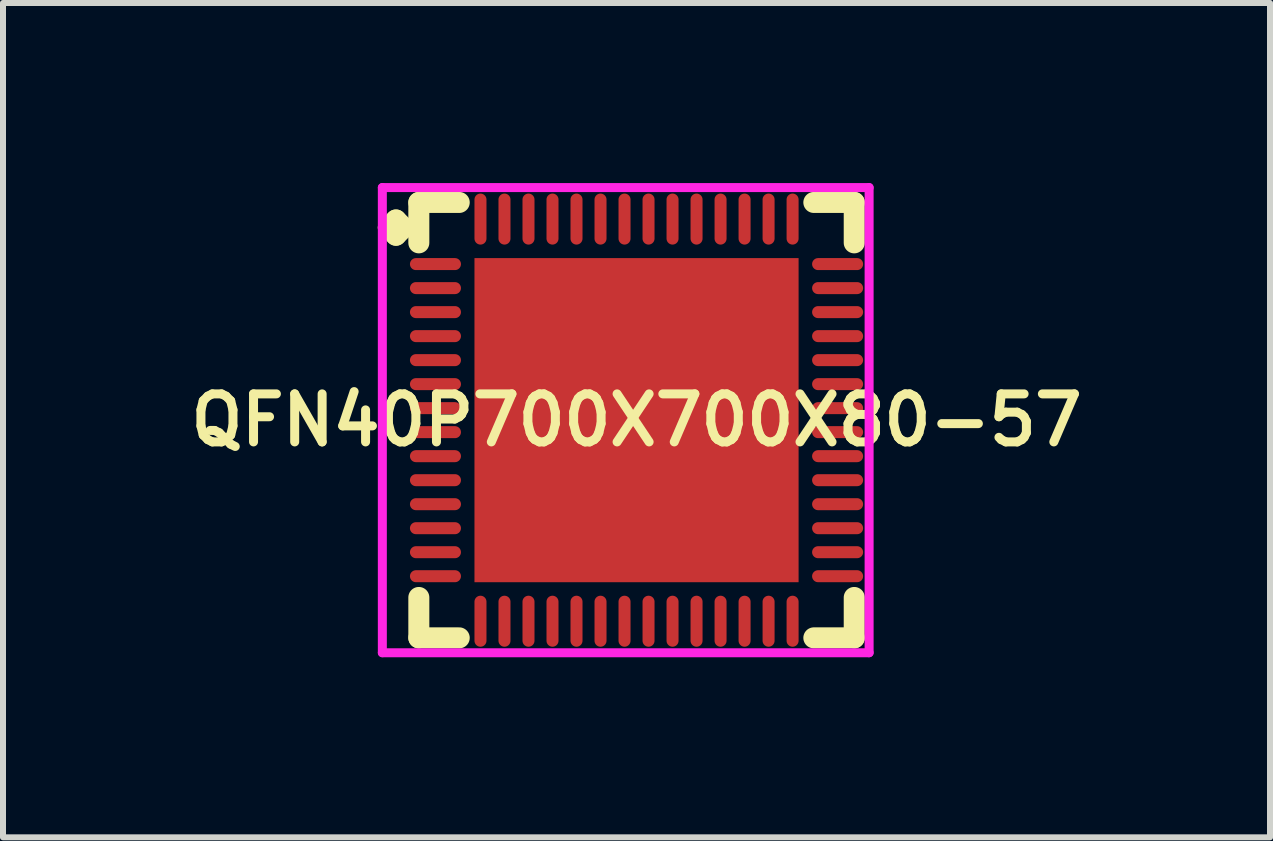
<source format=kicad_pcb>
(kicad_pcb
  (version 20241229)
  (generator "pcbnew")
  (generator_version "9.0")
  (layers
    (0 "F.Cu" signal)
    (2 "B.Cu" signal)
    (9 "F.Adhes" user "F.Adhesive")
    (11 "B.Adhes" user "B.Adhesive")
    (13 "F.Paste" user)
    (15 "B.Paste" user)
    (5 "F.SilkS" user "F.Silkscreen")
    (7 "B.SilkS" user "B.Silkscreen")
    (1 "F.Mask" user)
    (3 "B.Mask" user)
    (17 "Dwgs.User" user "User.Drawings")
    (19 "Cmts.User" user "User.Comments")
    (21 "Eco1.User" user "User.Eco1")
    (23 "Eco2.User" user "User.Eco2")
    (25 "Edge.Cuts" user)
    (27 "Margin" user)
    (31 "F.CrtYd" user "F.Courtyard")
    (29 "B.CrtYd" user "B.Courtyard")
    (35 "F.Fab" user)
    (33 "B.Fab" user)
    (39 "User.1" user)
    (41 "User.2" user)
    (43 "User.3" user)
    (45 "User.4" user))
  (footprint "QFN40P700X700X80-57"
    (layer "F.Cu")
    (at 7.555 3.95)
    (property "Reference" "QFN40P700X700X80-57" (at 0 0 0) (layer "F.SilkS") (effects (font (size 0.8 0.8) (thickness 0.15))))
    (attr through_hole)
    (fp_line (start -4.135 -3.208) (end -4.008 -3.335) (stroke (width 0.35) (type solid)) (layer "F.SilkS"))
    (fp_line (start -4.008 -3.335) (end -3.881 -3.208) (stroke (width 0.35) (type solid)) (layer "F.SilkS"))
    (fp_line (start -4.008 -3.081) (end -4.135 -3.208) (stroke (width 0.35) (type solid)) (layer "F.SilkS"))
    (fp_line (start -3.881 -3.208) (end -4.008 -3.081) (stroke (width 0.35) (type solid)) (layer "F.SilkS"))
    (fp_line (start -3.627 -3.627) (end -2.954 -3.627) (stroke (width 0.35) (type solid)) (layer "F.SilkS"))
    (fp_line (start -3.627 -2.954) (end -3.627 -3.627) (stroke (width 0.35) (type solid)) (layer "F.SilkS"))
    (fp_line (start -3.627 2.954) (end -3.627 3.627) (stroke (width 0.35) (type solid)) (layer "F.SilkS"))
    (fp_line (start -3.627 3.627) (end -2.954 3.627) (stroke (width 0.35) (type solid)) (layer "F.SilkS"))
    (fp_line (start 2.954 -3.627) (end 3.627 -3.627) (stroke (width 0.35) (type solid)) (layer "F.SilkS"))
    (fp_line (start 2.954 3.627) (end 3.627 3.627) (stroke (width 0.35) (type solid)) (layer "F.SilkS"))
    (fp_line (start 3.627 -3.627) (end 3.627 -2.954) (stroke (width 0.35) (type solid)) (layer "F.SilkS"))
    (fp_line (start 3.627 3.627) (end 3.627 2.954) (stroke (width 0.35) (type solid)) (layer "F.SilkS"))
    (fp_line (start -4.235 -3.875) (end 3.875 -3.875) (stroke (width 0.15) (type solid)) (layer "F.CrtYd"))
    (fp_line (start -4.235 3.875) (end -4.235 -3.875) (stroke (width 0.15) (type solid)) (layer "F.CrtYd"))
    (fp_line (start 3.875 -3.875) (end 3.875 3.875) (stroke (width 0.15) (type solid)) (layer "F.CrtYd"))
    (fp_line (start 3.875 3.875) (end -4.235 3.875) (stroke (width 0.15) (type solid)) (layer "F.CrtYd"))
    (pad "1" smd oval (at -3.35 -2.6) (size 0.85 0.2) (layers "F.Cu" "F.Mask" "F.Paste"))
    (pad "2" smd oval (at -3.35 -2.2) (size 0.85 0.2) (layers "F.Cu" "F.Mask" "F.Paste"))
    (pad "3" smd oval (at -3.35 -1.8) (size 0.85 0.2) (layers "F.Cu" "F.Mask" "F.Paste"))
    (pad "4" smd oval (at -3.35 -1.4) (size 0.85 0.2) (layers "F.Cu" "F.Mask" "F.Paste"))
    (pad "5" smd oval (at -3.35 -1) (size 0.85 0.2) (layers "F.Cu" "F.Mask" "F.Paste"))
    (pad "6" smd oval (at -3.35 -0.6) (size 0.85 0.2) (layers "F.Cu" "F.Mask" "F.Paste"))
    (pad "7" smd oval (at -3.35 -0.2) (size 0.85 0.2) (layers "F.Cu" "F.Mask" "F.Paste"))
    (pad "8" smd oval (at -3.35 0.2) (size 0.85 0.2) (layers "F.Cu" "F.Mask" "F.Paste"))
    (pad "9" smd oval (at -3.35 0.6) (size 0.85 0.2) (layers "F.Cu" "F.Mask" "F.Paste"))
    (pad "10" smd oval (at -3.35 1) (size 0.85 0.2) (layers "F.Cu" "F.Mask" "F.Paste"))
    (pad "11" smd oval (at -3.35 1.4) (size 0.85 0.2) (layers "F.Cu" "F.Mask" "F.Paste"))
    (pad "12" smd oval (at -3.35 1.8) (size 0.85 0.2) (layers "F.Cu" "F.Mask" "F.Paste"))
    (pad "13" smd oval (at -3.35 2.2) (size 0.85 0.2) (layers "F.Cu" "F.Mask" "F.Paste"))
    (pad "14" smd oval (at -3.35 2.6) (size 0.85 0.2) (layers "F.Cu" "F.Mask" "F.Paste"))
    (pad "15" smd oval (at -2.6 3.35) (size 0.2 0.85) (layers "F.Cu" "F.Mask" "F.Paste"))
    (pad "16" smd oval (at -2.2 3.35) (size 0.2 0.85) (layers "F.Cu" "F.Mask" "F.Paste"))
    (pad "17" smd oval (at -1.8 3.35) (size 0.2 0.85) (layers "F.Cu" "F.Mask" "F.Paste"))
    (pad "18" smd oval (at -1.4 3.35) (size 0.2 0.85) (layers "F.Cu" "F.Mask" "F.Paste"))
    (pad "19" smd oval (at -1 3.35) (size 0.2 0.85) (layers "F.Cu" "F.Mask" "F.Paste"))
    (pad "20" smd oval (at -0.6 3.35) (size 0.2 0.85) (layers "F.Cu" "F.Mask" "F.Paste"))
    (pad "21" smd oval (at -0.2 3.35) (size 0.2 0.85) (layers "F.Cu" "F.Mask" "F.Paste"))
    (pad "22" smd oval (at 0.2 3.35) (size 0.2 0.85) (layers "F.Cu" "F.Mask" "F.Paste"))
    (pad "23" smd oval (at 0.6 3.35) (size 0.2 0.85) (layers "F.Cu" "F.Mask" "F.Paste"))
    (pad "24" smd oval (at 1 3.35) (size 0.2 0.85) (layers "F.Cu" "F.Mask" "F.Paste"))
    (pad "25" smd oval (at 1.4 3.35) (size 0.2 0.85) (layers "F.Cu" "F.Mask" "F.Paste"))
    (pad "26" smd oval (at 1.8 3.35) (size 0.2 0.85) (layers "F.Cu" "F.Mask" "F.Paste"))
    (pad "27" smd oval (at 2.2 3.35) (size 0.2 0.85) (layers "F.Cu" "F.Mask" "F.Paste"))
    (pad "28" smd oval (at 2.6 3.35) (size 0.2 0.85) (layers "F.Cu" "F.Mask" "F.Paste"))
    (pad "29" smd oval (at 3.35 2.6) (size 0.85 0.2) (layers "F.Cu" "F.Mask" "F.Paste"))
    (pad "30" smd oval (at 3.35 2.2) (size 0.85 0.2) (layers "F.Cu" "F.Mask" "F.Paste"))
    (pad "31" smd oval (at 3.35 1.8) (size 0.85 0.2) (layers "F.Cu" "F.Mask" "F.Paste"))
    (pad "32" smd oval (at 3.35 1.4) (size 0.85 0.2) (layers "F.Cu" "F.Mask" "F.Paste"))
    (pad "33" smd oval (at 3.35 1) (size 0.85 0.2) (layers "F.Cu" "F.Mask" "F.Paste"))
    (pad "34" smd oval (at 3.35 0.6) (size 0.85 0.2) (layers "F.Cu" "F.Mask" "F.Paste"))
    (pad "35" smd oval (at 3.35 0.2) (size 0.85 0.2) (layers "F.Cu" "F.Mask" "F.Paste"))
    (pad "36" smd oval (at 3.35 -0.2) (size 0.85 0.2) (layers "F.Cu" "F.Mask" "F.Paste"))
    (pad "37" smd oval (at 3.35 -0.6) (size 0.85 0.2) (layers "F.Cu" "F.Mask" "F.Paste"))
    (pad "38" smd oval (at 3.35 -1) (size 0.85 0.2) (layers "F.Cu" "F.Mask" "F.Paste"))
    (pad "39" smd oval (at 3.35 -1.4) (size 0.85 0.2) (layers "F.Cu" "F.Mask" "F.Paste"))
    (pad "40" smd oval (at 3.35 -1.8) (size 0.85 0.2) (layers "F.Cu" "F.Mask" "F.Paste"))
    (pad "41" smd oval (at 3.35 -2.2) (size 0.85 0.2) (layers "F.Cu" "F.Mask" "F.Paste"))
    (pad "42" smd oval (at 3.35 -2.6) (size 0.85 0.2) (layers "F.Cu" "F.Mask" "F.Paste"))
    (pad "43" smd oval (at 2.6 -3.35) (size 0.2 0.85) (layers "F.Cu" "F.Mask" "F.Paste"))
    (pad "44" smd oval (at 2.2 -3.35) (size 0.2 0.85) (layers "F.Cu" "F.Mask" "F.Paste"))
    (pad "45" smd oval (at 1.8 -3.35) (size 0.2 0.85) (layers "F.Cu" "F.Mask" "F.Paste"))
    (pad "46" smd oval (at 1.4 -3.35) (size 0.2 0.85) (layers "F.Cu" "F.Mask" "F.Paste"))
    (pad "47" smd oval (at 1 -3.35) (size 0.2 0.85) (layers "F.Cu" "F.Mask" "F.Paste"))
    (pad "48" smd oval (at 0.6 -3.35) (size 0.2 0.85) (layers "F.Cu" "F.Mask" "F.Paste"))
    (pad "49" smd oval (at 0.2 -3.35) (size 0.2 0.85) (layers "F.Cu" "F.Mask" "F.Paste"))
    (pad "50" smd oval (at -0.2 -3.35) (size 0.2 0.85) (layers "F.Cu" "F.Mask" "F.Paste"))
    (pad "51" smd oval (at -0.6 -3.35) (size 0.2 0.85) (layers "F.Cu" "F.Mask" "F.Paste"))
    (pad "52" smd oval (at -1 -3.35) (size 0.2 0.85) (layers "F.Cu" "F.Mask" "F.Paste"))
    (pad "53" smd oval (at -1.4 -3.35) (size 0.2 0.85) (layers "F.Cu" "F.Mask" "F.Paste"))
    (pad "54" smd oval (at -1.8 -3.35) (size 0.2 0.85) (layers "F.Cu" "F.Mask" "F.Paste"))
    (pad "55" smd oval (at -2.2 -3.35) (size 0.2 0.85) (layers "F.Cu" "F.Mask" "F.Paste"))
    (pad "56" smd oval (at -2.6 -3.35) (size 0.2 0.85) (layers "F.Cu" "F.Mask" "F.Paste"))
    (pad "57" smd rect (at 0 0) (size 5.4 5.4) (layers "F.Cu" "F.Mask" "F.Paste")))
  (gr_rect
    (start -3 -3)
    (end 18.109 10.9)
    (stroke (width 0.1) (type default))
    (fill no)
    (layer "Edge.Cuts")))
</source>
